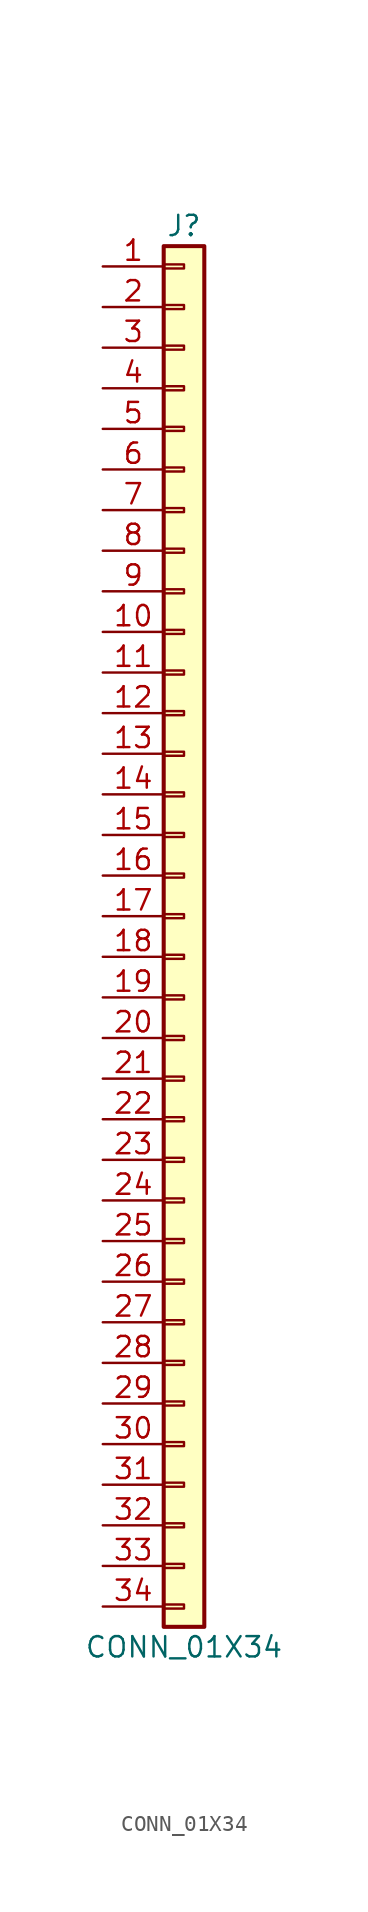
<source format=kicad_sym>
(kicad_symbol_lib
  (version 20211014)
  (generator kicad_symbol_editor)
  (symbol "CONN_01X34"
    (pin_names
      (offset 1.016) hide)
    (property "Reference" "J"
      (at 0 43.18 0)
      (effects (font (size 1.27 1.27))))
    (property "Value" "CONN_01X34"
      (at 0 -45.72 0)
      (effects (font (size 1.27 1.27))))
    (symbol "CONN_01X34_1_1"
      (rectangle (start -1.27 -43.053) (end 0 -43.307) (stroke (width 0.152) (type default) (color 0 0 0 0)) (fill (type none)))
      (rectangle (start -1.27 -40.513) (end 0 -40.767) (stroke (width 0.152) (type default) (color 0 0 0 0)) (fill (type none)))
      (rectangle (start -1.27 -37.973) (end 0 -38.227) (stroke (width 0.152) (type default) (color 0 0 0 0)) (fill (type none)))
      (rectangle (start -1.27 -35.433) (end 0 -35.687) (stroke (width 0.152) (type default) (color 0 0 0 0)) (fill (type none)))
      (rectangle (start -1.27 -32.893) (end 0 -33.147) (stroke (width 0.152) (type default) (color 0 0 0 0)) (fill (type none)))
      (rectangle (start -1.27 -30.353) (end 0 -30.607) (stroke (width 0.152) (type default) (color 0 0 0 0)) (fill (type none)))
      (rectangle (start -1.27 -27.813) (end 0 -28.067) (stroke (width 0.152) (type default) (color 0 0 0 0)) (fill (type none)))
      (rectangle (start -1.27 -25.273) (end 0 -25.527) (stroke (width 0.152) (type default) (color 0 0 0 0)) (fill (type none)))
      (rectangle (start -1.27 -22.733) (end 0 -22.987) (stroke (width 0.152) (type default) (color 0 0 0 0)) (fill (type none)))
      (rectangle (start -1.27 -20.193) (end 0 -20.447) (stroke (width 0.152) (type default) (color 0 0 0 0)) (fill (type none)))
      (rectangle (start -1.27 -17.653) (end 0 -17.907) (stroke (width 0.152) (type default) (color 0 0 0 0)) (fill (type none)))
      (rectangle (start -1.27 -15.113) (end 0 -15.367) (stroke (width 0.152) (type default) (color 0 0 0 0)) (fill (type none)))
      (rectangle (start -1.27 -12.573) (end 0 -12.827) (stroke (width 0.152) (type default) (color 0 0 0 0)) (fill (type none)))
      (rectangle (start -1.27 -10.033) (end 0 -10.287) (stroke (width 0.152) (type default) (color 0 0 0 0)) (fill (type none)))
      (rectangle (start -1.27 -7.493) (end 0 -7.747) (stroke (width 0.152) (type default) (color 0 0 0 0)) (fill (type none)))
      (rectangle (start -1.27 -4.953) (end 0 -5.207) (stroke (width 0.152) (type default) (color 0 0 0 0)) (fill (type none)))
      (rectangle (start -1.27 -2.413) (end 0 -2.667) (stroke (width 0.152) (type default) (color 0 0 0 0)) (fill (type none)))
      (rectangle (start -1.27 0.127) (end 0 -0.127) (stroke (width 0.152) (type default) (color 0 0 0 0)) (fill (type none)))
      (rectangle (start -1.27 2.667) (end 0 2.413) (stroke (width 0.152) (type default) (color 0 0 0 0)) (fill (type none)))
      (rectangle (start -1.27 5.207) (end 0 4.953) (stroke (width 0.152) (type default) (color 0 0 0 0)) (fill (type none)))
      (rectangle (start -1.27 7.747) (end 0 7.493) (stroke (width 0.152) (type default) (color 0 0 0 0)) (fill (type none)))
      (rectangle (start -1.27 10.287) (end 0 10.033) (stroke (width 0.152) (type default) (color 0 0 0 0)) (fill (type none)))
      (rectangle (start -1.27 12.827) (end 0 12.573) (stroke (width 0.152) (type default) (color 0 0 0 0)) (fill (type none)))
      (rectangle (start -1.27 15.367) (end 0 15.113) (stroke (width 0.152) (type default) (color 0 0 0 0)) (fill (type none)))
      (rectangle (start -1.27 17.907) (end 0 17.653) (stroke (width 0.152) (type default) (color 0 0 0 0)) (fill (type none)))
      (rectangle (start -1.27 20.447) (end 0 20.193) (stroke (width 0.152) (type default) (color 0 0 0 0)) (fill (type none)))
      (rectangle (start -1.27 22.987) (end 0 22.733) (stroke (width 0.152) (type default) (color 0 0 0 0)) (fill (type none)))
      (rectangle (start -1.27 25.527) (end 0 25.273) (stroke (width 0.152) (type default) (color 0 0 0 0)) (fill (type none)))
      (rectangle (start -1.27 28.067) (end 0 27.813) (stroke (width 0.152) (type default) (color 0 0 0 0)) (fill (type none)))
      (rectangle (start -1.27 30.607) (end 0 30.353) (stroke (width 0.152) (type default) (color 0 0 0 0)) (fill (type none)))
      (rectangle (start -1.27 33.147) (end 0 32.893) (stroke (width 0.152) (type default) (color 0 0 0 0)) (fill (type none)))
      (rectangle (start -1.27 35.687) (end 0 35.433) (stroke (width 0.152) (type default) (color 0 0 0 0)) (fill (type none)))
      (rectangle (start -1.27 38.227) (end 0 37.973) (stroke (width 0.152) (type default) (color 0 0 0 0)) (fill (type none)))
      (rectangle (start -1.27 40.767) (end 0 40.513) (stroke (width 0.152) (type default) (color 0 0 0 0)) (fill (type none)))
      (rectangle (start -1.27 41.91) (end 1.27 -44.45) (stroke (width 0.254) (type default) (color 0 0 0 0)) (fill (type background)))
      (pin passive line (at -5.08 40.64 0) (length 3.81) (name "Pin_1" (effects (font (size 1.27 1.27)))) (number "1" (effects (font (size 1.27 1.27)))))
      (pin passive line (at -5.08 17.78 0) (length 3.81) (name "Pin_10" (effects (font (size 1.27 1.27)))) (number "10" (effects (font (size 1.27 1.27)))))
      (pin passive line (at -5.08 15.24 0) (length 3.81) (name "Pin_11" (effects (font (size 1.27 1.27)))) (number "11" (effects (font (size 1.27 1.27)))))
      (pin passive line (at -5.08 12.7 0) (length 3.81) (name "Pin_12" (effects (font (size 1.27 1.27)))) (number "12" (effects (font (size 1.27 1.27)))))
      (pin passive line (at -5.08 10.16 0) (length 3.81) (name "Pin_13" (effects (font (size 1.27 1.27)))) (number "13" (effects (font (size 1.27 1.27)))))
      (pin passive line (at -5.08 7.62 0) (length 3.81) (name "Pin_14" (effects (font (size 1.27 1.27)))) (number "14" (effects (font (size 1.27 1.27)))))
      (pin passive line (at -5.08 5.08 0) (length 3.81) (name "Pin_15" (effects (font (size 1.27 1.27)))) (number "15" (effects (font (size 1.27 1.27)))))
      (pin passive line (at -5.08 2.54 0) (length 3.81) (name "Pin_16" (effects (font (size 1.27 1.27)))) (number "16" (effects (font (size 1.27 1.27)))))
      (pin passive line (at -5.08 0 0) (length 3.81) (name "Pin_17" (effects (font (size 1.27 1.27)))) (number "17" (effects (font (size 1.27 1.27)))))
      (pin passive line (at -5.08 -2.54 0) (length 3.81) (name "Pin_18" (effects (font (size 1.27 1.27)))) (number "18" (effects (font (size 1.27 1.27)))))
      (pin passive line (at -5.08 -5.08 0) (length 3.81) (name "Pin_19" (effects (font (size 1.27 1.27)))) (number "19" (effects (font (size 1.27 1.27)))))
      (pin passive line (at -5.08 38.1 0) (length 3.81) (name "Pin_2" (effects (font (size 1.27 1.27)))) (number "2" (effects (font (size 1.27 1.27)))))
      (pin passive line (at -5.08 -7.62 0) (length 3.81) (name "Pin_20" (effects (font (size 1.27 1.27)))) (number "20" (effects (font (size 1.27 1.27)))))
      (pin passive line (at -5.08 -10.16 0) (length 3.81) (name "Pin_21" (effects (font (size 1.27 1.27)))) (number "21" (effects (font (size 1.27 1.27)))))
      (pin passive line (at -5.08 -12.7 0) (length 3.81) (name "Pin_22" (effects (font (size 1.27 1.27)))) (number "22" (effects (font (size 1.27 1.27)))))
      (pin passive line (at -5.08 -15.24 0) (length 3.81) (name "Pin_23" (effects (font (size 1.27 1.27)))) (number "23" (effects (font (size 1.27 1.27)))))
      (pin passive line (at -5.08 -17.78 0) (length 3.81) (name "Pin_24" (effects (font (size 1.27 1.27)))) (number "24" (effects (font (size 1.27 1.27)))))
      (pin passive line (at -5.08 -20.32 0) (length 3.81) (name "Pin_25" (effects (font (size 1.27 1.27)))) (number "25" (effects (font (size 1.27 1.27)))))
      (pin passive line (at -5.08 -22.86 0) (length 3.81) (name "Pin_26" (effects (font (size 1.27 1.27)))) (number "26" (effects (font (size 1.27 1.27)))))
      (pin passive line (at -5.08 -25.4 0) (length 3.81) (name "Pin_27" (effects (font (size 1.27 1.27)))) (number "27" (effects (font (size 1.27 1.27)))))
      (pin passive line (at -5.08 -27.94 0) (length 3.81) (name "Pin_28" (effects (font (size 1.27 1.27)))) (number "28" (effects (font (size 1.27 1.27)))))
      (pin passive line (at -5.08 -30.48 0) (length 3.81) (name "Pin_29" (effects (font (size 1.27 1.27)))) (number "29" (effects (font (size 1.27 1.27)))))
      (pin passive line (at -5.08 35.56 0) (length 3.81) (name "Pin_3" (effects (font (size 1.27 1.27)))) (number "3" (effects (font (size 1.27 1.27)))))
      (pin passive line (at -5.08 -33.02 0) (length 3.81) (name "Pin_30" (effects (font (size 1.27 1.27)))) (number "30" (effects (font (size 1.27 1.27)))))
      (pin passive line (at -5.08 -35.56 0) (length 3.81) (name "Pin_31" (effects (font (size 1.27 1.27)))) (number "31" (effects (font (size 1.27 1.27)))))
      (pin passive line (at -5.08 -38.1 0) (length 3.81) (name "Pin_32" (effects (font (size 1.27 1.27)))) (number "32" (effects (font (size 1.27 1.27)))))
      (pin passive line (at -5.08 -40.64 0) (length 3.81) (name "Pin_33" (effects (font (size 1.27 1.27)))) (number "33" (effects (font (size 1.27 1.27)))))
      (pin passive line (at -5.08 -43.18 0) (length 3.81) (name "Pin_34" (effects (font (size 1.27 1.27)))) (number "34" (effects (font (size 1.27 1.27)))))
      (pin passive line (at -5.08 33.02 0) (length 3.81) (name "Pin_4" (effects (font (size 1.27 1.27)))) (number "4" (effects (font (size 1.27 1.27)))))
      (pin passive line (at -5.08 30.48 0) (length 3.81) (name "Pin_5" (effects (font (size 1.27 1.27)))) (number "5" (effects (font (size 1.27 1.27)))))
      (pin passive line (at -5.08 27.94 0) (length 3.81) (name "Pin_6" (effects (font (size 1.27 1.27)))) (number "6" (effects (font (size 1.27 1.27)))))
      (pin passive line (at -5.08 25.4 0) (length 3.81) (name "Pin_7" (effects (font (size 1.27 1.27)))) (number "7" (effects (font (size 1.27 1.27)))))
      (pin passive line (at -5.08 22.86 0) (length 3.81) (name "Pin_8" (effects (font (size 1.27 1.27)))) (number "8" (effects (font (size 1.27 1.27)))))
      (pin passive line (at -5.08 20.32 0) (length 3.81) (name "Pin_9" (effects (font (size 1.27 1.27)))) (number "9" (effects (font (size 1.27 1.27))))))))
</source>
